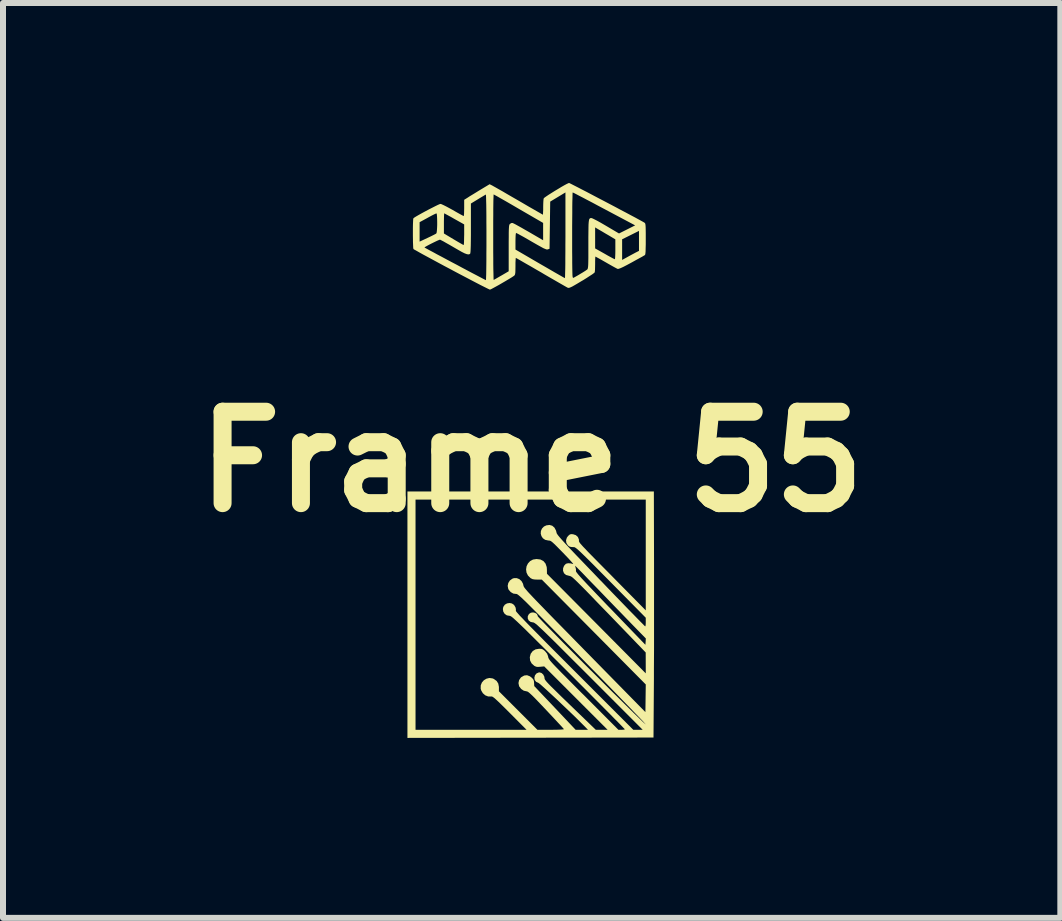
<source format=kicad_pcb>
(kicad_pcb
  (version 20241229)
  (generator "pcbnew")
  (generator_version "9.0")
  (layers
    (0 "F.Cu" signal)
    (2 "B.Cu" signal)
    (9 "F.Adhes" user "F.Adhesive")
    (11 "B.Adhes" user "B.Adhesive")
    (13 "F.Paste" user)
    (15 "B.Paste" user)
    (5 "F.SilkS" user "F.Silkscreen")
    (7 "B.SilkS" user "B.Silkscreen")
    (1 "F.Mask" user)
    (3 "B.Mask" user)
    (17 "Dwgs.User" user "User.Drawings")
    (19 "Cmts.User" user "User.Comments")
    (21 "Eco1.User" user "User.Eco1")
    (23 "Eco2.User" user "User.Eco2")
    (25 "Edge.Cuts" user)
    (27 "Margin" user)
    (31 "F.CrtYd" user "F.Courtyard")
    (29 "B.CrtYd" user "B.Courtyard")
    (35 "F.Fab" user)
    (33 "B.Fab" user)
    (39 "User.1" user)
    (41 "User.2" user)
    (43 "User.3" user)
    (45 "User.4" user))
  (footprint "Frame 55"
    (layer "F.Cu")
    (at 5.813 4.648)
    (property "Reference" "Frame 55" (at 0 0 0) (layer "F.SilkS") (effects (font (size 1.524 1.524) (thickness 0.3))))
    (attr board_only exclude_from_pos_files exclude_from_bom)
    (fp_poly (pts (xy 0.635 -4.643) (xy 0.665 -4.628) (xy 0.71 -4.605) (xy 0.769 -4.575) (xy 0.84 -4.538) (xy 0.92 -4.497) (xy 1.007 -4.451) (xy 1.1 -4.402) (xy 1.196 -4.352) (xy 1.293 -4.301) (xy 1.39 -4.25) (xy 1.483 -4.2) (xy 1.571 -4.154) (xy 1.653 -4.11) (xy 1.725 -4.072) (xy 1.785 -4.039) (xy 1.833 -4.013) (xy 1.865 -3.995) (xy 1.877 -3.988) (xy 1.885 -3.982) (xy 1.891 -3.975) (xy 1.895 -3.963) (xy 1.898 -3.943) (xy 1.9 -3.913) (xy 1.901 -3.87) (xy 1.902 -3.811) (xy 1.902 -3.732) (xy 1.902 -3.715) (xy 1.902 -3.626) (xy 1.9 -3.557) (xy 1.899 -3.507) (xy 1.896 -3.473) (xy 1.892 -3.453) (xy 1.888 -3.446) (xy 1.874 -3.438) (xy 1.844 -3.42) (xy 1.8 -3.396) (xy 1.745 -3.366) (xy 1.684 -3.332) (xy 1.664 -3.321) (xy 1.586 -3.279) (xy 1.526 -3.248) (xy 1.482 -3.228) (xy 1.452 -3.217) (xy 1.435 -3.215) (xy 1.434 -3.215) (xy 1.417 -3.223) (xy 1.385 -3.24) (xy 1.34 -3.265) (xy 1.287 -3.295) (xy 1.24 -3.322) (xy 1.184 -3.354) (xy 1.165 -3.365) (xy 1.508 -3.365) (xy 1.601 -3.416) (xy 1.648 -3.442) (xy 1.695 -3.467) (xy 1.732 -3.487) (xy 1.742 -3.492) (xy 1.789 -3.516) (xy 1.789 -3.849) (xy 1.649 -3.779) (xy 1.508 -3.709) (xy 1.508 -3.365) (xy 1.165 -3.365) (xy 1.135 -3.382) (xy 1.096 -3.403) (xy 1.071 -3.417) (xy 1.062 -3.421) (xy 1.061 -3.411) (xy 1.059 -3.382) (xy 1.058 -3.34) (xy 1.058 -3.298) (xy 1.057 -3.246) (xy 1.056 -3.202) (xy 1.053 -3.17) (xy 1.051 -3.158) (xy 1.04 -3.147) (xy 1.012 -3.126) (xy 0.97 -3.099) (xy 0.918 -3.065) (xy 0.859 -3.028) (xy 0.836 -3.015) (xy 0.766 -2.973) (xy 0.713 -2.942) (xy 0.674 -2.92) (xy 0.645 -2.907) (xy 0.626 -2.9) (xy 0.612 -2.899) (xy 0.602 -2.901) (xy 0.587 -2.909) (xy 0.555 -2.927) (xy 0.508 -2.954) (xy 0.447 -2.989) (xy 0.376 -3.03) (xy 0.296 -3.076) (xy 0.21 -3.126) (xy 0.16 -3.156) (xy 0.071 -3.207) (xy -0.011 -3.255) (xy -0.085 -3.297) (xy -0.149 -3.334) (xy -0.201 -3.364) (xy -0.238 -3.385) (xy -0.26 -3.397) (xy -0.264 -3.399) (xy -0.266 -3.388) (xy -0.268 -3.359) (xy -0.27 -3.317) (xy -0.27 -3.264) (xy -0.27 -3.26) (xy -0.271 -3.2) (xy -0.272 -3.158) (xy -0.276 -3.131) (xy -0.281 -3.115) (xy -0.289 -3.104) (xy -0.29 -3.104) (xy -0.309 -3.09) (xy -0.343 -3.068) (xy -0.388 -3.041) (xy -0.44 -3.01) (xy -0.495 -2.978) (xy -0.55 -2.946) (xy -0.601 -2.918) (xy -0.645 -2.894) (xy -0.677 -2.877) (xy -0.695 -2.87) (xy -0.696 -2.87) (xy -0.709 -2.875) (xy -0.74 -2.89) (xy -0.788 -2.914) (xy -0.85 -2.945) (xy -0.925 -2.984) (xy -1.011 -3.029) (xy -1.106 -3.079) (xy -1.209 -3.133) (xy -1.318 -3.191) (xy -1.338 -3.202) (xy -1.448 -3.26) (xy -1.552 -3.316) (xy -1.648 -3.368) (xy -1.735 -3.415) (xy -1.811 -3.456) (xy -1.874 -3.491) (xy -1.923 -3.519) (xy -1.956 -3.537) (xy -1.971 -3.547) (xy -1.971 -3.548) (xy -1.974 -3.563) (xy -1.975 -3.572) (xy -1.787 -3.572) (xy -1.776 -3.566) (xy -1.747 -3.55) (xy -1.703 -3.526) (xy -1.646 -3.496) (xy -1.579 -3.459) (xy -1.503 -3.419) (xy -1.421 -3.375) (xy -1.335 -3.329) (xy -1.247 -3.283) (xy -1.16 -3.236) (xy -1.077 -3.192) (xy -0.998 -3.15) (xy -0.927 -3.113) (xy -0.866 -3.081) (xy -0.817 -3.055) (xy -0.782 -3.037) (xy -0.764 -3.029) (xy -0.762 -3.028) (xy -0.761 -3.039) (xy -0.76 -3.07) (xy -0.758 -3.12) (xy -0.757 -3.187) (xy -0.756 -3.269) (xy -0.755 -3.364) (xy -0.755 -3.471) (xy -0.754 -3.586) (xy -0.754 -3.709) (xy -0.754 -3.741) (xy -0.641 -3.741) (xy -0.641 -3.617) (xy -0.641 -3.499) (xy -0.64 -3.391) (xy -0.64 -3.293) (xy -0.639 -3.208) (xy -0.637 -3.137) (xy -0.636 -3.083) (xy -0.635 -3.047) (xy -0.633 -3.031) (xy -0.633 -3.031) (xy -0.621 -3.038) (xy -0.593 -3.054) (xy -0.553 -3.077) (xy -0.507 -3.104) (xy -0.504 -3.105) (xy -0.383 -3.176) (xy -0.383 -3.538) (xy -0.27 -3.538) (xy 0.138 -3.3) (xy 0.225 -3.25) (xy 0.306 -3.203) (xy 0.38 -3.16) (xy 0.443 -3.124) (xy 0.494 -3.095) (xy 0.53 -3.074) (xy 0.551 -3.063) (xy 0.554 -3.062) (xy 0.556 -3.073) (xy 0.557 -3.104) (xy 0.558 -3.154) (xy 0.56 -3.221) (xy 0.561 -3.303) (xy 0.561 -3.398) (xy 0.562 -3.504) (xy 0.562 -3.62) (xy 0.563 -3.743) (xy 0.563 -3.774) (xy 0.675 -3.774) (xy 0.675 -3.63) (xy 0.675 -3.506) (xy 0.676 -3.401) (xy 0.676 -3.314) (xy 0.677 -3.243) (xy 0.678 -3.187) (xy 0.679 -3.144) (xy 0.68 -3.112) (xy 0.682 -3.089) (xy 0.685 -3.075) (xy 0.688 -3.068) (xy 0.691 -3.065) (xy 0.694 -3.066) (xy 0.711 -3.074) (xy 0.743 -3.092) (xy 0.783 -3.115) (xy 0.809 -3.131) (xy 0.853 -3.157) (xy 0.891 -3.181) (xy 0.917 -3.199) (xy 0.926 -3.205) (xy 0.931 -3.211) (xy 0.935 -3.221) (xy 0.938 -3.236) (xy 0.941 -3.259) (xy 0.943 -3.292) (xy 0.944 -3.338) (xy 0.945 -3.398) (xy 0.945 -3.476) (xy 0.945 -3.572) (xy 0.945 -3.629) (xy 0.945 -3.739) (xy 0.946 -3.829) (xy 0.947 -3.9) (xy 0.947 -3.907) (xy 1.058 -3.907) (xy 1.058 -3.557) (xy 1.218 -3.467) (xy 1.272 -3.436) (xy 1.32 -3.41) (xy 1.357 -3.39) (xy 1.38 -3.379) (xy 1.387 -3.376) (xy 1.39 -3.387) (xy 1.392 -3.416) (xy 1.394 -3.46) (xy 1.395 -3.514) (xy 1.395 -3.542) (xy 1.395 -3.708) (xy 1.281 -3.776) (xy 1.229 -3.806) (xy 1.179 -3.836) (xy 1.136 -3.861) (xy 1.112 -3.875) (xy 1.058 -3.907) (xy 0.947 -3.907) (xy 0.948 -3.955) (xy 0.951 -3.996) (xy 0.955 -4.025) (xy 0.96 -4.044) (xy 0.968 -4.055) (xy 0.977 -4.061) (xy 0.988 -4.063) (xy 0.997 -4.063) (xy 1.014 -4.057) (xy 1.047 -4.041) (xy 1.092 -4.018) (xy 1.148 -3.987) (xy 1.21 -3.951) (xy 1.239 -3.934) (xy 1.456 -3.806) (xy 1.59 -3.873) (xy 1.725 -3.941) (xy 1.209 -4.215) (xy 1.109 -4.268) (xy 1.016 -4.318) (xy 0.93 -4.363) (xy 0.854 -4.403) (xy 0.79 -4.436) (xy 0.739 -4.463) (xy 0.704 -4.481) (xy 0.686 -4.489) (xy 0.684 -4.49) (xy 0.682 -4.479) (xy 0.681 -4.448) (xy 0.68 -4.397) (xy 0.678 -4.33) (xy 0.677 -4.248) (xy 0.677 -4.153) (xy 0.676 -4.047) (xy 0.675 -3.931) (xy 0.675 -3.808) (xy 0.675 -3.774) (xy 0.563 -3.774) (xy 0.563 -3.775) (xy 0.563 -4.49) (xy 0.309 -4.337) (xy 0.298 -3.551) (xy 0.27 -3.541) (xy 0.258 -3.539) (xy 0.244 -3.541) (xy 0.223 -3.549) (xy 0.193 -3.562) (xy 0.153 -3.584) (xy 0.099 -3.614) (xy 0.029 -3.654) (xy -0.004 -3.673) (xy -0.071 -3.712) (xy -0.132 -3.747) (xy -0.185 -3.776) (xy -0.225 -3.798) (xy -0.251 -3.811) (xy -0.259 -3.815) (xy -0.264 -3.804) (xy -0.267 -3.775) (xy -0.269 -3.731) (xy -0.27 -3.677) (xy -0.27 -3.538) (xy -0.383 -3.538) (xy -0.383 -3.561) (xy -0.383 -3.665) (xy -0.382 -3.748) (xy -0.382 -3.813) (xy -0.381 -3.863) (xy -0.379 -3.9) (xy -0.377 -3.926) (xy -0.374 -3.944) (xy -0.37 -3.955) (xy -0.365 -3.962) (xy -0.36 -3.967) (xy -0.337 -3.98) (xy -0.318 -3.981) (xy -0.303 -3.974) (xy -0.271 -3.958) (xy -0.226 -3.933) (xy -0.17 -3.902) (xy -0.106 -3.865) (xy -0.053 -3.835) (xy 0.191 -3.693) (xy 0.191 -3.982) (xy -0.218 -4.219) (xy -0.305 -4.27) (xy -0.386 -4.317) (xy -0.459 -4.359) (xy -0.523 -4.395) (xy -0.573 -4.424) (xy -0.61 -4.444) (xy -0.63 -4.455) (xy -0.634 -4.457) (xy -0.635 -4.446) (xy -0.636 -4.414) (xy -0.638 -4.364) (xy -0.639 -4.297) (xy -0.64 -4.215) (xy -0.64 -4.119) (xy -0.641 -4.013) (xy -0.641 -3.898) (xy -0.641 -3.775) (xy -0.641 -3.741) (xy -0.754 -3.741) (xy -0.754 -3.743) (xy -0.754 -3.872) (xy -0.755 -3.993) (xy -0.755 -4.104) (xy -0.756 -4.202) (xy -0.757 -4.287) (xy -0.759 -4.356) (xy -0.76 -4.409) (xy -0.762 -4.442) (xy -0.764 -4.455) (xy -0.764 -4.455) (xy -0.777 -4.448) (xy -0.805 -4.431) (xy -0.844 -4.408) (xy -0.89 -4.38) (xy -0.893 -4.378) (xy -1.013 -4.305) (xy -1.013 -3.893) (xy -1.013 -3.778) (xy -1.014 -3.683) (xy -1.015 -3.607) (xy -1.017 -3.55) (xy -1.019 -3.509) (xy -1.022 -3.482) (xy -1.025 -3.47) (xy -1.026 -3.468) (xy -1.04 -3.459) (xy -1.058 -3.457) (xy -1.083 -3.462) (xy -1.118 -3.475) (xy -1.164 -3.498) (xy -1.224 -3.532) (xy -1.3 -3.576) (xy -1.305 -3.579) (xy -1.367 -3.615) (xy -1.424 -3.647) (xy -1.471 -3.674) (xy -1.506 -3.692) (xy -1.526 -3.702) (xy -1.528 -3.703) (xy -1.543 -3.698) (xy -1.572 -3.686) (xy -1.61 -3.668) (xy -1.653 -3.647) (xy -1.697 -3.625) (xy -1.736 -3.604) (xy -1.767 -3.587) (xy -1.784 -3.575) (xy -1.787 -3.572) (xy -1.975 -3.572) (xy -1.976 -3.597) (xy -1.978 -3.645) (xy -1.979 -3.67) (xy -1.868 -3.67) (xy -1.736 -3.732) (xy -1.685 -3.756) (xy -1.641 -3.778) (xy -1.608 -3.795) (xy -1.591 -3.805) (xy -1.59 -3.806) (xy -1.59 -3.806) (xy -1.463 -3.806) (xy -1.303 -3.71) (xy -1.249 -3.678) (xy -1.201 -3.65) (xy -1.164 -3.629) (xy -1.141 -3.616) (xy -1.134 -3.613) (xy -1.131 -3.624) (xy -1.128 -3.653) (xy -1.127 -3.696) (xy -1.126 -3.751) (xy -1.125 -3.785) (xy -1.125 -3.957) (xy -1.289 -4.049) (xy -1.343 -4.08) (xy -1.391 -4.106) (xy -1.428 -4.126) (xy -1.451 -4.139) (xy -1.458 -4.141) (xy -1.459 -4.131) (xy -1.461 -4.102) (xy -1.462 -4.058) (xy -1.463 -4.003) (xy -1.463 -3.974) (xy -1.463 -3.806) (xy -1.59 -3.806) (xy -1.584 -3.821) (xy -1.58 -3.852) (xy -1.577 -3.896) (xy -1.575 -3.946) (xy -1.575 -3.999) (xy -1.576 -4.05) (xy -1.578 -4.094) (xy -1.581 -4.125) (xy -1.586 -4.141) (xy -1.587 -4.141) (xy -1.601 -4.136) (xy -1.631 -4.122) (xy -1.672 -4.101) (xy -1.72 -4.075) (xy -1.734 -4.067) (xy -1.868 -3.994) (xy -1.868 -3.67) (xy -1.979 -3.67) (xy -1.979 -3.703) (xy -1.98 -3.768) (xy -1.98 -3.835) (xy -1.98 -3.899) (xy -1.979 -3.958) (xy -1.977 -4.007) (xy -1.975 -4.042) (xy -1.972 -4.058) (xy -1.972 -4.058) (xy -1.959 -4.069) (xy -1.929 -4.088) (xy -1.886 -4.113) (xy -1.834 -4.142) (xy -1.777 -4.173) (xy -1.717 -4.205) (xy -1.66 -4.234) (xy -1.607 -4.261) (xy -1.564 -4.282) (xy -1.534 -4.295) (xy -1.521 -4.299) (xy -1.503 -4.294) (xy -1.47 -4.279) (xy -1.424 -4.256) (xy -1.37 -4.227) (xy -1.317 -4.198) (xy -1.26 -4.165) (xy -1.21 -4.137) (xy -1.17 -4.115) (xy -1.143 -4.101) (xy -1.132 -4.096) (xy -1.13 -4.107) (xy -1.127 -4.136) (xy -1.126 -4.178) (xy -1.125 -4.23) (xy -1.125 -4.367) (xy -1.066 -4.404) (xy -1.036 -4.424) (xy -0.991 -4.451) (xy -0.937 -4.484) (xy -0.879 -4.52) (xy -0.854 -4.535) (xy -0.701 -4.627) (xy -0.657 -4.605) (xy -0.638 -4.594) (xy -0.602 -4.574) (xy -0.551 -4.545) (xy -0.487 -4.509) (xy -0.414 -4.466) (xy -0.333 -4.419) (xy -0.246 -4.369) (xy -0.215 -4.351) (xy -0.129 -4.301) (xy -0.049 -4.254) (xy 0.023 -4.213) (xy 0.084 -4.178) (xy 0.133 -4.15) (xy 0.167 -4.13) (xy 0.185 -4.12) (xy 0.187 -4.119) (xy 0.189 -4.129) (xy 0.19 -4.158) (xy 0.192 -4.2) (xy 0.192 -4.246) (xy 0.193 -4.298) (xy 0.195 -4.344) (xy 0.198 -4.377) (xy 0.201 -4.391) (xy 0.212 -4.402) (xy 0.24 -4.422) (xy 0.28 -4.449) (xy 0.329 -4.48) (xy 0.383 -4.514) (xy 0.44 -4.548) (xy 0.494 -4.581) (xy 0.543 -4.609) (xy 0.584 -4.631) (xy 0.612 -4.644) (xy 0.623 -4.648)) (stroke (width 0) (type solid)) (fill yes) (layer "F.SilkS"))
    (fp_poly (pts (xy 2.04 1.702) (xy 2.04 1.888) (xy 2.04 2.084) (xy 2.04 2.285) (xy 2.04 2.49) (xy 2.04 2.695) (xy 2.04 2.897) (xy 2.04 3.092) (xy 2.039 3.278) (xy 2.038 3.451) (xy 2.038 3.608) (xy 2.037 3.746) (xy 2.037 3.753) (xy 2.031 4.597) (xy -0.02 4.6) (xy -2.071 4.603) (xy -2.071 4.468) (xy -1.936 4.468) (xy -0.085 4.468) (xy -0.365 4.187) (xy -0.44 4.112) (xy -0.501 4.052) (xy -0.549 4.005) (xy -0.587 3.97) (xy -0.615 3.944) (xy -0.637 3.927) (xy -0.652 3.917) (xy -0.664 3.913) (xy -0.674 3.912) (xy -0.676 3.913) (xy -0.726 3.912) (xy -0.774 3.893) (xy -0.814 3.858) (xy -0.841 3.812) (xy -0.85 3.782) (xy -0.849 3.728) (xy -0.83 3.68) (xy -0.797 3.642) (xy -0.754 3.616) (xy -0.705 3.604) (xy -0.653 3.611) (xy -0.631 3.62) (xy -0.584 3.654) (xy -0.557 3.697) (xy -0.546 3.753) (xy -0.546 3.765) (xy -0.546 3.826) (xy -0.225 4.147) (xy 0.096 4.468) (xy 0.319 4.468) (xy 0.387 4.467) (xy 0.446 4.466) (xy 0.493 4.464) (xy 0.525 4.461) (xy 0.538 4.458) (xy 0.538 4.458) (xy 0.53 4.448) (xy 0.508 4.423) (xy 0.474 4.386) (xy 0.429 4.338) (xy 0.376 4.281) (xy 0.316 4.217) (xy 0.251 4.148) (xy 0.242 4.138) (xy 0.165 4.057) (xy 0.103 3.992) (xy 0.052 3.939) (xy 0.012 3.899) (xy -0.019 3.87) (xy -0.043 3.849) (xy -0.06 3.836) (xy -0.074 3.829) (xy -0.084 3.827) (xy -0.084 3.827) (xy -0.132 3.816) (xy -0.175 3.787) (xy -0.206 3.747) (xy -0.21 3.739) (xy -0.22 3.689) (xy -0.21 3.64) (xy -0.182 3.599) (xy -0.172 3.59) (xy -0.124 3.563) (xy -0.077 3.558) (xy -0.03 3.576) (xy 0.002 3.6) (xy 0.026 3.626) (xy 0.037 3.653) (xy 0.04 3.686) (xy 0.043 3.739) (xy 0.388 4.103) (xy 0.733 4.468) (xy 0.939 4.468) (xy 0.877 4.405) (xy 0.829 4.357) (xy 0.773 4.301) (xy 0.709 4.238) (xy 0.64 4.172) (xy 0.569 4.104) (xy 0.496 4.035) (xy 0.425 3.967) (xy 0.356 3.903) (xy 0.292 3.844) (xy 0.235 3.791) (xy 0.187 3.748) (xy 0.149 3.714) (xy 0.124 3.694) (xy 0.115 3.687) (xy 0.073 3.667) (xy 0.051 3.638) (xy 0.045 3.6) (xy 0.055 3.56) (xy 0.081 3.528) (xy 0.118 3.512) (xy 0.131 3.511) (xy 0.165 3.521) (xy 0.193 3.547) (xy 0.211 3.583) (xy 0.214 3.605) (xy 0.215 3.614) (xy 0.218 3.624) (xy 0.226 3.637) (xy 0.238 3.654) (xy 0.258 3.677) (xy 0.284 3.705) (xy 0.32 3.742) (xy 0.367 3.788) (xy 0.425 3.845) (xy 0.495 3.914) (xy 0.58 3.996) (xy 0.641 4.055) (xy 1.069 4.468) (xy 1.266 4.468) (xy 0.209 3.411) (xy 0.145 3.417) (xy 0.103 3.42) (xy 0.074 3.416) (xy 0.046 3.403) (xy 0.042 3.4) (xy -0.001 3.361) (xy -0.026 3.313) (xy -0.031 3.257) (xy -0.016 3.2) (xy -0.015 3.199) (xy 0.018 3.155) (xy 0.065 3.127) (xy 0.125 3.117) (xy 0.128 3.117) (xy 0.163 3.119) (xy 0.189 3.129) (xy 0.215 3.15) (xy 0.225 3.16) (xy 0.257 3.199) (xy 0.273 3.241) (xy 0.275 3.252) (xy 0.277 3.262) (xy 0.281 3.273) (xy 0.287 3.285) (xy 0.297 3.3) (xy 0.311 3.319) (xy 0.332 3.343) (xy 0.359 3.373) (xy 0.395 3.411) (xy 0.44 3.457) (xy 0.494 3.513) (xy 0.561 3.58) (xy 0.639 3.659) (xy 0.731 3.752) (xy 0.838 3.859) (xy 0.865 3.885) (xy 1.446 4.468) (xy 1.5 4.468) (xy 1.531 4.466) (xy 1.55 4.462) (xy 1.553 4.459) (xy 1.545 4.45) (xy 1.522 4.427) (xy 1.486 4.389) (xy 1.436 4.338) (xy 1.374 4.276) (xy 1.302 4.202) (xy 1.219 4.119) (xy 1.127 4.026) (xy 1.027 3.926) (xy 0.92 3.818) (xy 0.807 3.705) (xy 0.688 3.586) (xy 0.611 3.509) (xy 0.468 3.366) (xy 0.34 3.239) (xy 0.227 3.126) (xy 0.126 3.026) (xy 0.039 2.939) (xy -0.038 2.863) (xy -0.103 2.798) (xy -0.159 2.744) (xy -0.206 2.699) (xy -0.245 2.662) (xy -0.277 2.633) (xy -0.302 2.61) (xy -0.322 2.593) (xy -0.338 2.581) (xy -0.35 2.574) (xy -0.359 2.57) (xy -0.366 2.568) (xy -0.369 2.568) (xy -0.414 2.56) (xy -0.45 2.535) (xy -0.473 2.498) (xy -0.48 2.455) (xy -0.473 2.419) (xy -0.447 2.382) (xy -0.411 2.361) (xy -0.369 2.354) (xy -0.329 2.362) (xy -0.294 2.386) (xy -0.271 2.424) (xy -0.27 2.425) (xy -0.263 2.457) (xy -0.263 2.482) (xy -0.264 2.484) (xy -0.261 2.491) (xy -0.249 2.507) (xy -0.228 2.531) (xy -0.198 2.565) (xy -0.156 2.608) (xy -0.104 2.663) (xy -0.04 2.729) (xy 0.036 2.806) (xy 0.125 2.896) (xy 0.227 3) (xy 0.343 3.117) (xy 0.474 3.248) (xy 0.62 3.394) (xy 0.711 3.485) (xy 1.694 4.468) (xy 1.851 4.468) (xy 0.957 3.573) (xy 0.818 3.434) (xy 0.694 3.311) (xy 0.584 3.201) (xy 0.488 3.105) (xy 0.404 3.021) (xy 0.331 2.949) (xy 0.268 2.888) (xy 0.216 2.837) (xy 0.172 2.795) (xy 0.135 2.761) (xy 0.106 2.734) (xy 0.083 2.713) (xy 0.064 2.699) (xy 0.05 2.689) (xy 0.04 2.683) (xy 0.031 2.679) (xy 0.024 2.678) (xy 0.023 2.678) (xy -0.018 2.669) (xy -0.049 2.646) (xy -0.065 2.613) (xy -0.065 2.575) (xy -0.046 2.539) (xy -0.043 2.536) (xy -0.013 2.516) (xy 0.023 2.511) (xy 0.058 2.519) (xy 0.086 2.537) (xy 0.1 2.565) (xy 0.101 2.574) (xy 0.109 2.585) (xy 0.132 2.61) (xy 0.169 2.65) (xy 0.219 2.702) (xy 0.282 2.767) (xy 0.356 2.842) (xy 0.44 2.928) (xy 0.533 3.023) (xy 0.636 3.126) (xy 0.746 3.237) (xy 0.862 3.354) (xy 0.985 3.477) (xy 1.003 3.494) (xy 1.121 3.612) (xy 1.234 3.725) (xy 1.342 3.833) (xy 1.444 3.933) (xy 1.538 4.026) (xy 1.623 4.11) (xy 1.699 4.185) (xy 1.764 4.248) (xy 1.817 4.3) (xy 1.858 4.34) (xy 1.886 4.365) (xy 1.899 4.377) (xy 1.9 4.377) (xy 1.892 4.367) (xy 1.869 4.342) (xy 1.832 4.302) (xy 1.782 4.25) (xy 1.719 4.185) (xy 1.646 4.109) (xy 1.562 4.023) (xy 1.469 3.927) (xy 1.368 3.823) (xy 1.259 3.711) (xy 1.143 3.592) (xy 1.021 3.468) (xy 0.895 3.34) (xy 0.836 3.279) (xy 0.685 3.125) (xy 0.549 2.987) (xy 0.427 2.863) (xy 0.319 2.753) (xy 0.223 2.656) (xy 0.139 2.571) (xy 0.065 2.497) (xy 0.002 2.434) (xy -0.052 2.38) (xy -0.097 2.335) (xy -0.135 2.299) (xy -0.166 2.269) (xy -0.191 2.247) (xy -0.211 2.23) (xy -0.226 2.218) (xy -0.238 2.21) (xy -0.247 2.205) (xy -0.254 2.203) (xy -0.26 2.203) (xy -0.261 2.203) (xy -0.306 2.197) (xy -0.348 2.173) (xy -0.381 2.136) (xy -0.39 2.119) (xy -0.4 2.069) (xy -0.39 2.021) (xy -0.363 1.979) (xy -0.322 1.949) (xy -0.296 1.94) (xy -0.25 1.939) (xy -0.206 1.956) (xy -0.169 1.989) (xy -0.145 2.032) (xy -0.138 2.058) (xy -0.137 2.066) (xy -0.134 2.074) (xy -0.13 2.083) (xy -0.122 2.096) (xy -0.111 2.111) (xy -0.095 2.13) (xy -0.074 2.155) (xy -0.047 2.185) (xy -0.012 2.222) (xy 0.029 2.266) (xy 0.08 2.319) (xy 0.14 2.381) (xy 0.21 2.453) (xy 0.29 2.536) (xy 0.383 2.631) (xy 0.488 2.738) (xy 0.607 2.859) (xy 0.74 2.995) (xy 0.882 3.14) (xy 1.896 4.173) (xy 1.902 3.712) (xy 1.036 2.838) (xy 0.169 1.964) (xy 0.093 1.964) (xy 0.047 1.962) (xy 0.014 1.956) (xy -0.012 1.943) (xy -0.02 1.938) (xy -0.062 1.896) (xy -0.086 1.847) (xy -0.093 1.794) (xy -0.085 1.742) (xy -0.062 1.695) (xy -0.026 1.656) (xy 0.022 1.63) (xy 0.081 1.621) (xy 0.081 1.621) (xy 0.146 1.629) (xy 0.196 1.655) (xy 0.231 1.697) (xy 0.251 1.755) (xy 0.254 1.797) (xy 0.255 1.867) (xy 1.079 2.697) (xy 1.902 3.527) (xy 1.901 3.179) (xy 1.288 2.543) (xy 1.175 2.427) (xy 1.077 2.326) (xy 0.993 2.238) (xy 0.921 2.164) (xy 0.86 2.102) (xy 0.809 2.051) (xy 0.767 2.009) (xy 0.733 1.976) (xy 0.706 1.951) (xy 0.685 1.932) (xy 0.668 1.919) (xy 0.655 1.911) (xy 0.644 1.906) (xy 0.634 1.903) (xy 0.625 1.901) (xy 0.625 1.901) (xy 0.573 1.887) (xy 0.539 1.858) (xy 0.523 1.817) (xy 0.524 1.775) (xy 0.54 1.734) (xy 0.541 1.733) (xy 0.725 1.733) (xy 0.726 1.742) (xy 0.732 1.764) (xy 0.739 1.795) (xy 0.738 1.819) (xy 0.739 1.826) (xy 0.744 1.837) (xy 0.756 1.853) (xy 0.774 1.876) (xy 0.8 1.906) (xy 0.835 1.945) (xy 0.88 1.993) (xy 0.935 2.052) (xy 1.002 2.122) (xy 1.081 2.205) (xy 1.174 2.302) (xy 1.281 2.414) (xy 1.314 2.447) (xy 1.896 3.051) (xy 1.9 2.998) (xy 1.903 2.945) (xy 1.77 2.809) (xy 1.737 2.775) (xy 1.69 2.727) (xy 1.631 2.666) (xy 1.563 2.596) (xy 1.487 2.517) (xy 1.405 2.433) (xy 1.319 2.344) (xy 1.232 2.254) (xy 1.183 2.203) (xy 1.1 2.117) (xy 1.022 2.037) (xy 0.95 1.963) (xy 0.886 1.896) (xy 0.831 1.839) (xy 0.785 1.793) (xy 0.752 1.759) (xy 0.731 1.739) (xy 0.725 1.733) (xy 0.541 1.733) (xy 0.568 1.703) (xy 0.575 1.699) (xy 0.608 1.691) (xy 0.651 1.694) (xy 0.692 1.705) (xy 0.691 1.7) (xy 0.676 1.681) (xy 0.648 1.65) (xy 0.611 1.609) (xy 0.564 1.56) (xy 0.52 1.514) (xy 0.46 1.453) (xy 0.413 1.405) (xy 0.377 1.37) (xy 0.35 1.345) (xy 0.33 1.329) (xy 0.314 1.319) (xy 0.299 1.314) (xy 0.284 1.313) (xy 0.275 1.312) (xy 0.225 1.301) (xy 0.187 1.275) (xy 0.163 1.239) (xy 0.151 1.197) (xy 0.154 1.154) (xy 0.172 1.113) (xy 0.205 1.079) (xy 0.245 1.06) (xy 0.297 1.053) (xy 0.343 1.066) (xy 0.38 1.098) (xy 0.406 1.147) (xy 0.414 1.179) (xy 0.416 1.188) (xy 0.421 1.199) (xy 0.43 1.212) (xy 0.443 1.23) (xy 0.462 1.253) (xy 0.487 1.282) (xy 0.519 1.318) (xy 0.559 1.362) (xy 0.608 1.415) (xy 0.668 1.478) (xy 0.738 1.552) (xy 0.821 1.638) (xy 0.916 1.737) (xy 1.025 1.85) (xy 1.148 1.979) (xy 1.154 1.984) (xy 1.259 2.094) (xy 1.36 2.199) (xy 1.456 2.298) (xy 1.545 2.39) (xy 1.626 2.474) (xy 1.699 2.548) (xy 1.762 2.613) (xy 1.814 2.666) (xy 1.854 2.706) (xy 1.88 2.733) (xy 1.893 2.744) (xy 1.893 2.745) (xy 1.898 2.735) (xy 1.901 2.709) (xy 1.902 2.673) (xy 1.902 2.6) (xy 1.322 2.012) (xy 1.211 1.9) (xy 1.115 1.803) (xy 1.032 1.719) (xy 0.962 1.649) (xy 0.903 1.591) (xy 0.854 1.543) (xy 0.815 1.505) (xy 0.783 1.476) (xy 0.758 1.454) (xy 0.739 1.439) (xy 0.725 1.43) (xy 0.714 1.424) (xy 0.706 1.423) (xy 0.705 1.423) (xy 0.664 1.421) (xy 0.638 1.416) (xy 0.619 1.406) (xy 0.602 1.39) (xy 0.578 1.352) (xy 0.573 1.308) (xy 0.587 1.264) (xy 0.608 1.236) (xy 0.633 1.214) (xy 0.656 1.206) (xy 0.689 1.208) (xy 0.69 1.208) (xy 0.736 1.223) (xy 0.77 1.253) (xy 0.787 1.293) (xy 0.788 1.308) (xy 0.788 1.315) (xy 0.788 1.322) (xy 0.79 1.33) (xy 0.795 1.34) (xy 0.803 1.352) (xy 0.816 1.369) (xy 0.835 1.39) (xy 0.86 1.418) (xy 0.894 1.453) (xy 0.935 1.497) (xy 0.987 1.55) (xy 1.049 1.613) (xy 1.123 1.688) (xy 1.21 1.776) (xy 1.311 1.878) (xy 1.421 1.99) (xy 1.902 2.477) (xy 1.902 0.63) (xy -1.936 0.63) (xy -1.936 4.468) (xy -2.071 4.468) (xy -2.071 0.495) (xy 2.037 0.495)) (stroke (width 0) (type solid)) (fill yes) (layer "F.SilkS")))
  (gr_rect
    (start -3 -3)
    (end 14.626 12.251)
    (stroke (width 0.1) (type default))
    (fill no)
    (layer "Edge.Cuts")))
</source>
